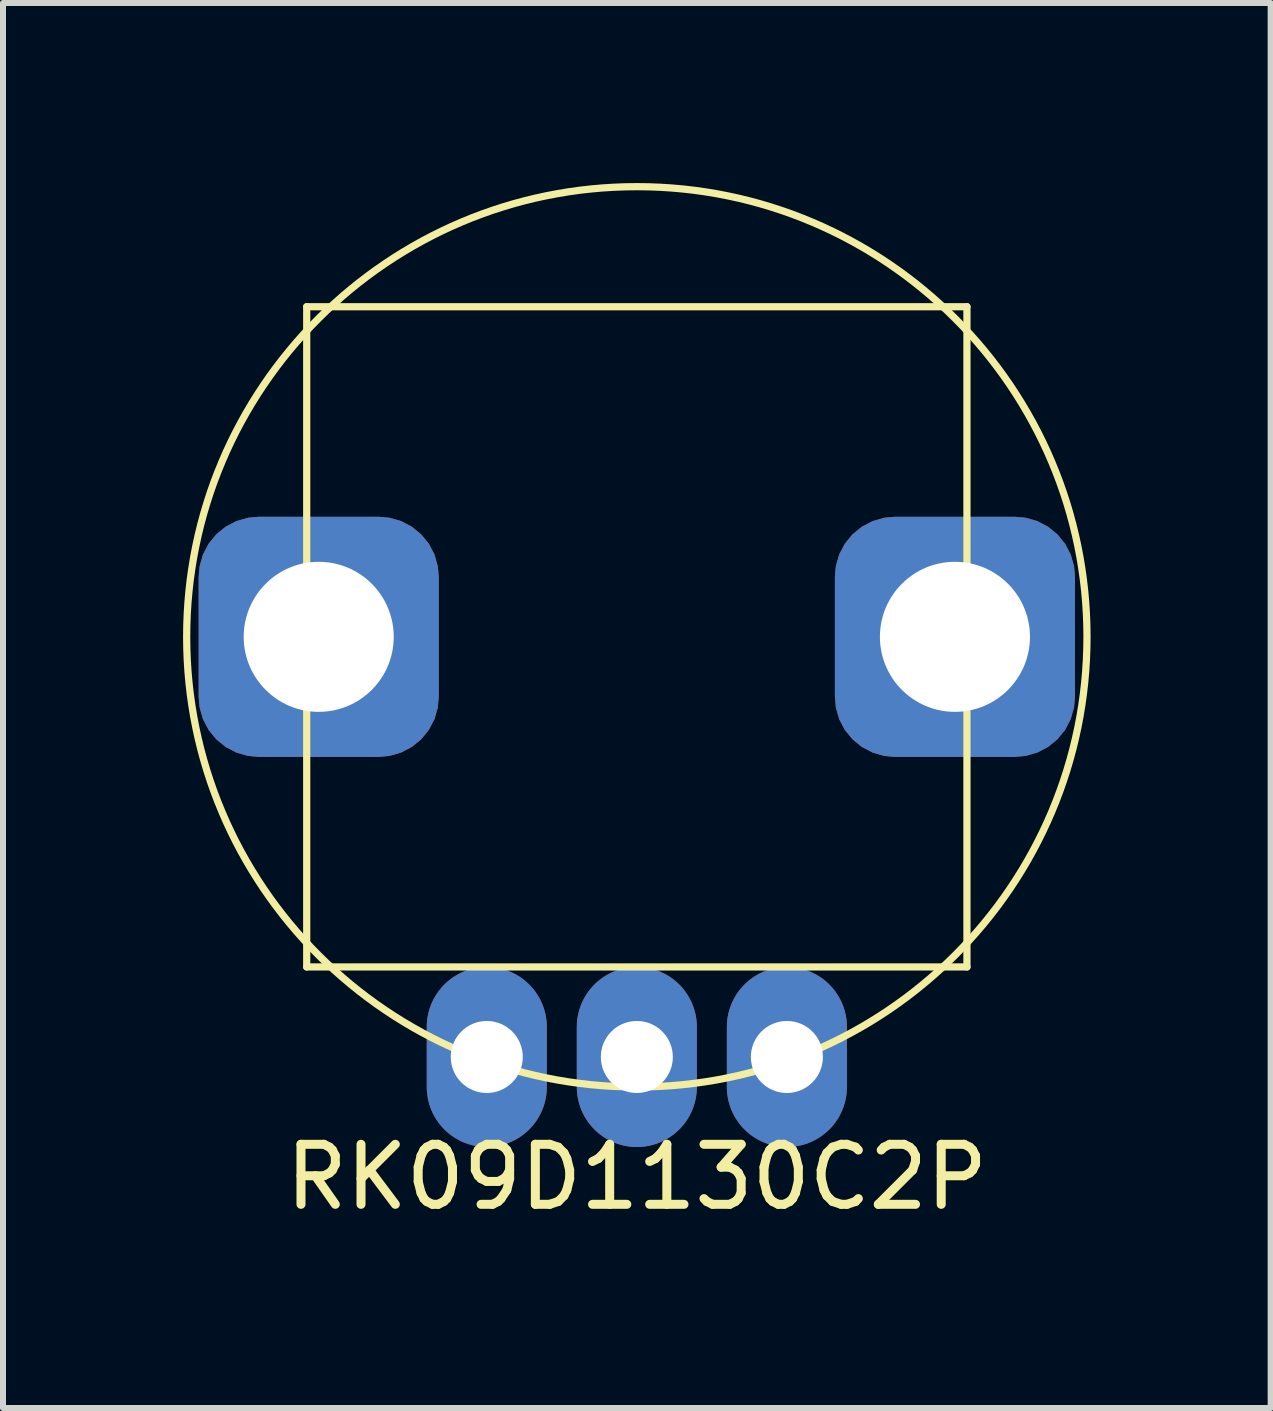
<source format=kicad_pcb>
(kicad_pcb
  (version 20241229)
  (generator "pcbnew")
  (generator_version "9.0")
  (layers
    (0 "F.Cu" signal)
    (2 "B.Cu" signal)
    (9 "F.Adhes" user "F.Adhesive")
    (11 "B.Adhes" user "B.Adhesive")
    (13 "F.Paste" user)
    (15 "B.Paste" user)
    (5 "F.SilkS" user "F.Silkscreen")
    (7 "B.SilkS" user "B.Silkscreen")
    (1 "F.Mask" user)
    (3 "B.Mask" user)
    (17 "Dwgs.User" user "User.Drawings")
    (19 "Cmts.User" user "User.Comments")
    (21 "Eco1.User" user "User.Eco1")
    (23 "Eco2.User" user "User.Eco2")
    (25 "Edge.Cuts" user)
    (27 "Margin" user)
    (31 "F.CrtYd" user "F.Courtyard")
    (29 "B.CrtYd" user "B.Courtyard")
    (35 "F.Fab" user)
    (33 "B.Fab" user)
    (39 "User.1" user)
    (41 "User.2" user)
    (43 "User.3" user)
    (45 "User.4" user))
  (footprint "RK09D1130C2P"
    (layer "F.Cu")
    (at 7.56 7.56)
    (property "Reference" "RK09D1130C2P" (at 0 9 0) (layer "F.SilkS") (effects (font (size 1 1) (thickness 0.15))))
    (attr through_hole)
    (fp_line (start -5.5 -5.5) (end 5.5 -5.5) (stroke (width 0.12) (type solid)) (layer "F.SilkS"))
    (fp_line (start -5.5 0) (end -5.5 -5.5) (stroke (width 0.12) (type solid)) (layer "F.SilkS"))
    (fp_line (start -5.5 5.5) (end -5.5 0) (stroke (width 0.12) (type solid)) (layer "F.SilkS"))
    (fp_line (start 5.5 -5.5) (end 5.5 0) (stroke (width 0.12) (type solid)) (layer "F.SilkS"))
    (fp_line (start 5.5 0) (end 5.5 5.5) (stroke (width 0.12) (type solid)) (layer "F.SilkS"))
    (fp_line (start 5.5 5.5) (end -5.5 5.5) (stroke (width 0.12) (type solid)) (layer "F.SilkS"))
    (fp_circle (center 0 0) (end 7.5 0) (stroke (width 0.12) (type solid)) (fill no) (layer "F.SilkS"))
    (pad "" thru_hole roundrect (at -5.3 0) (size 4 4) (drill 2.5) (layers "*.Cu" "*.Mask") (roundrect_rratio 0.25))
    (pad "" thru_hole roundrect (at 5.3 0) (size 4 4) (drill 2.5) (layers "*.Cu" "*.Mask") (roundrect_rratio 0.25))
    (pad "1" thru_hole oval (at -2.5 7) (size 2 3) (drill 1.2) (layers "*.Cu" "*.Mask"))
    (pad "2" thru_hole oval (at 0 7) (size 2 3) (drill 1.2) (layers "*.Cu" "*.Mask"))
    (pad "3" thru_hole oval (at 2.5 7) (size 2 3) (drill 1.2) (layers "*.Cu" "*.Mask")))
  (gr_rect
    (start -3 -3)
    (end 18.12 20.408)
    (stroke (width 0.1) (type default))
    (fill no)
    (layer "Edge.Cuts")))
</source>
